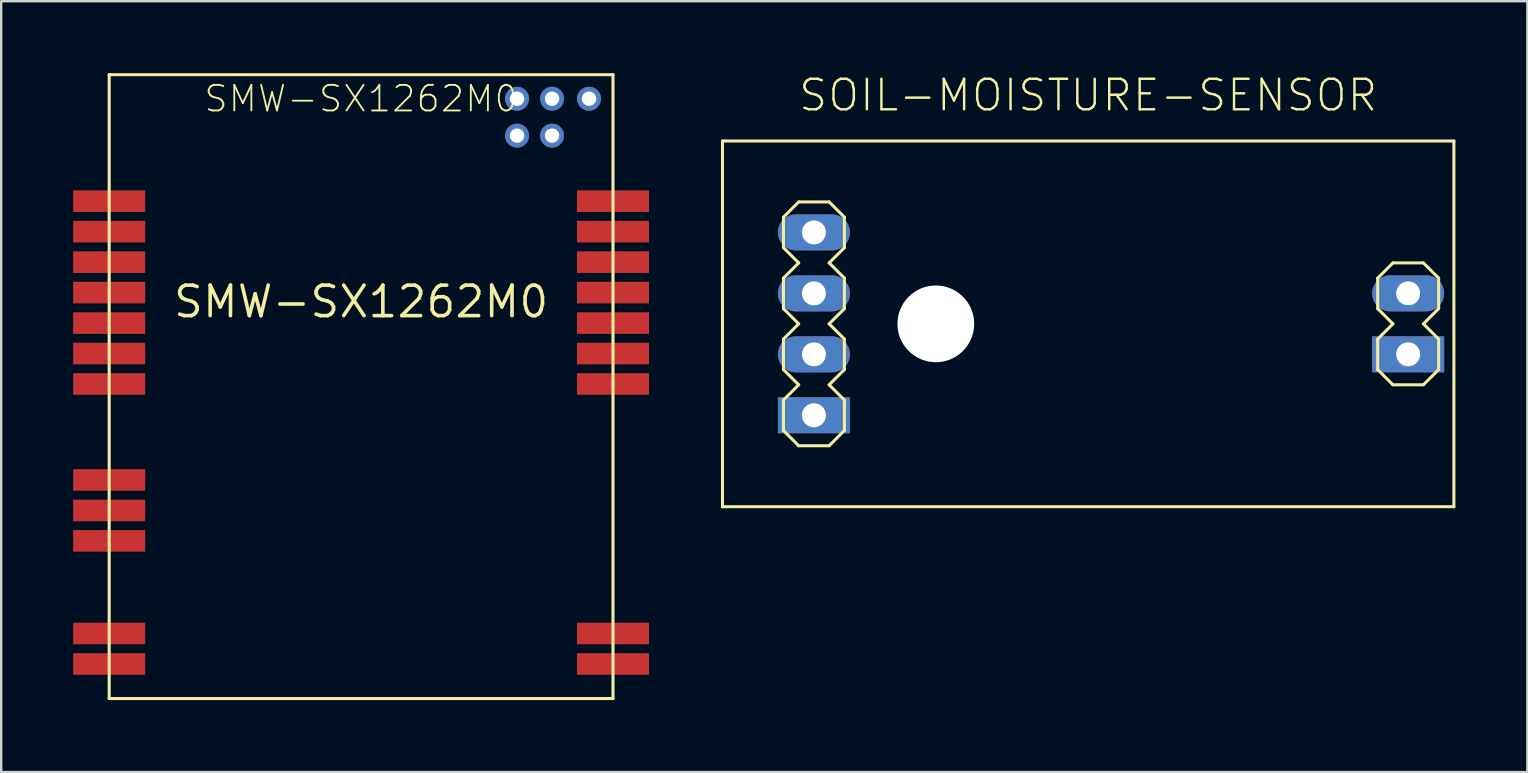
<source format=kicad_pcb>
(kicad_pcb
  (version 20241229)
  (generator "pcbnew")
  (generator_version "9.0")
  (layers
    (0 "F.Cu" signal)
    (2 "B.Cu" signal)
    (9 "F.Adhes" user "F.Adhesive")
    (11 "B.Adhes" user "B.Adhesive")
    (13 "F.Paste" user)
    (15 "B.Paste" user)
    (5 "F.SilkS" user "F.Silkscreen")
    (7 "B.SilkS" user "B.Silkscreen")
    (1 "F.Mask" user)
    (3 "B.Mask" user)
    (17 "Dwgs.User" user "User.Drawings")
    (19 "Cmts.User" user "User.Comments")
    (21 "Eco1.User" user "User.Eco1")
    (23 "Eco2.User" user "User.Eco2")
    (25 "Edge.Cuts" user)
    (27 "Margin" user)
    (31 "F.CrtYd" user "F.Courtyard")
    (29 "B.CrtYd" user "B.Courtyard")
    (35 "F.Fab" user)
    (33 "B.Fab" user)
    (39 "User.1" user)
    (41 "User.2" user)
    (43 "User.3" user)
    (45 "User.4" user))
  (footprint "SOIL-MOISTURE-SENSOR"
    (layer "F.Cu")
    (at 42.299 10.446)
    (property "Reference" "SOIL-MOISTURE-SENSOR" (at 0 -9.525 0) (layer "F.SilkS") (effects (font (size 1.27 1.27) (thickness 0.102))))
    (attr exclude_from_pos_files exclude_from_bom)
    (fp_line (start -15.24 -7.62) (end 15.24 -7.62) (stroke (width 0.127) (type solid)) (layer "F.SilkS"))
    (fp_line (start -15.24 7.62) (end -15.24 -7.62) (stroke (width 0.127) (type solid)) (layer "F.SilkS"))
    (fp_line (start -12.7 -4.445) (end -12.065 -5.08) (stroke (width 0.127) (type solid)) (layer "F.SilkS"))
    (fp_line (start -12.7 -3.175) (end -12.7 -4.445) (stroke (width 0.127) (type solid)) (layer "F.SilkS"))
    (fp_line (start -12.7 -1.905) (end -12.065 -2.54) (stroke (width 0.127) (type solid)) (layer "F.SilkS"))
    (fp_line (start -12.7 -0.635) (end -12.7 -1.905) (stroke (width 0.127) (type solid)) (layer "F.SilkS"))
    (fp_line (start -12.7 0.635) (end -12.065 0) (stroke (width 0.127) (type solid)) (layer "F.SilkS"))
    (fp_line (start -12.7 1.905) (end -12.7 0.635) (stroke (width 0.127) (type solid)) (layer "F.SilkS"))
    (fp_line (start -12.7 3.175) (end -12.065 2.54) (stroke (width 0.127) (type solid)) (layer "F.SilkS"))
    (fp_line (start -12.7 4.445) (end -12.7 3.175) (stroke (width 0.127) (type solid)) (layer "F.SilkS"))
    (fp_line (start -12.065 -5.08) (end -10.795 -5.08) (stroke (width 0.127) (type solid)) (layer "F.SilkS"))
    (fp_line (start -12.065 -2.54) (end -12.7 -3.175) (stroke (width 0.127) (type solid)) (layer "F.SilkS"))
    (fp_line (start -12.065 0) (end -12.7 -0.635) (stroke (width 0.127) (type solid)) (layer "F.SilkS"))
    (fp_line (start -12.065 2.54) (end -12.7 1.905) (stroke (width 0.127) (type solid)) (layer "F.SilkS"))
    (fp_line (start -12.065 5.08) (end -12.7 4.445) (stroke (width 0.127) (type solid)) (layer "F.SilkS"))
    (fp_line (start -10.795 -5.08) (end -10.16 -4.445) (stroke (width 0.127) (type solid)) (layer "F.SilkS"))
    (fp_line (start -10.795 -2.54) (end -10.16 -1.905) (stroke (width 0.127) (type solid)) (layer "F.SilkS"))
    (fp_line (start -10.795 0) (end -10.16 0.635) (stroke (width 0.127) (type solid)) (layer "F.SilkS"))
    (fp_line (start -10.795 2.54) (end -10.16 3.175) (stroke (width 0.127) (type solid)) (layer "F.SilkS"))
    (fp_line (start -10.795 5.08) (end -12.065 5.08) (stroke (width 0.127) (type solid)) (layer "F.SilkS"))
    (fp_line (start -10.16 -4.445) (end -10.16 -3.175) (stroke (width 0.127) (type solid)) (layer "F.SilkS"))
    (fp_line (start -10.16 -3.175) (end -10.795 -2.54) (stroke (width 0.127) (type solid)) (layer "F.SilkS"))
    (fp_line (start -10.16 -1.905) (end -10.16 -0.635) (stroke (width 0.127) (type solid)) (layer "F.SilkS"))
    (fp_line (start -10.16 -0.635) (end -10.795 0) (stroke (width 0.127) (type solid)) (layer "F.SilkS"))
    (fp_line (start -10.16 0.635) (end -10.16 1.905) (stroke (width 0.127) (type solid)) (layer "F.SilkS"))
    (fp_line (start -10.16 1.905) (end -10.795 2.54) (stroke (width 0.127) (type solid)) (layer "F.SilkS"))
    (fp_line (start -10.16 3.175) (end -10.16 4.445) (stroke (width 0.127) (type solid)) (layer "F.SilkS"))
    (fp_line (start -10.16 4.445) (end -10.795 5.08) (stroke (width 0.127) (type solid)) (layer "F.SilkS"))
    (fp_line (start 12.065 -1.905) (end 12.7 -2.54) (stroke (width 0.127) (type solid)) (layer "F.SilkS"))
    (fp_line (start 12.065 -0.635) (end 12.065 -1.905) (stroke (width 0.127) (type solid)) (layer "F.SilkS"))
    (fp_line (start 12.065 0.635) (end 12.7 0) (stroke (width 0.127) (type solid)) (layer "F.SilkS"))
    (fp_line (start 12.065 1.905) (end 12.065 0.635) (stroke (width 0.127) (type solid)) (layer "F.SilkS"))
    (fp_line (start 12.7 -2.54) (end 13.97 -2.54) (stroke (width 0.127) (type solid)) (layer "F.SilkS"))
    (fp_line (start 12.7 0) (end 12.065 -0.635) (stroke (width 0.127) (type solid)) (layer "F.SilkS"))
    (fp_line (start 12.7 2.54) (end 12.065 1.905) (stroke (width 0.127) (type solid)) (layer "F.SilkS"))
    (fp_line (start 13.97 -2.54) (end 14.605 -1.905) (stroke (width 0.127) (type solid)) (layer "F.SilkS"))
    (fp_line (start 13.97 0) (end 14.605 0.635) (stroke (width 0.127) (type solid)) (layer "F.SilkS"))
    (fp_line (start 13.97 2.54) (end 12.7 2.54) (stroke (width 0.127) (type solid)) (layer "F.SilkS"))
    (fp_line (start 14.605 -1.905) (end 14.605 -0.635) (stroke (width 0.127) (type solid)) (layer "F.SilkS"))
    (fp_line (start 14.605 -0.635) (end 13.97 0) (stroke (width 0.127) (type solid)) (layer "F.SilkS"))
    (fp_line (start 14.605 0.635) (end 14.605 1.905) (stroke (width 0.127) (type solid)) (layer "F.SilkS"))
    (fp_line (start 14.605 1.905) (end 13.97 2.54) (stroke (width 0.127) (type solid)) (layer "F.SilkS"))
    (fp_line (start 15.24 -7.62) (end 15.24 7.62) (stroke (width 0.127) (type solid)) (layer "F.SilkS"))
    (fp_line (start 15.24 7.62) (end -15.24 7.62) (stroke (width 0.127) (type solid)) (layer "F.SilkS"))
    (pad "" np_thru_hole circle (at -6.35 0) (size 3.198 3.198) (drill 3.198) (layers "*.Cu" "*.Mask"))
    (pad "J1.1" thru_hole rect (at -11.43 3.81) (size 3 1.5) (drill 1) (layers "*.Cu" "*.Mask"))
    (pad "J1.2" thru_hole oval (at -11.43 1.27) (size 3 1.5) (drill 1) (layers "*.Cu" "*.Mask"))
    (pad "J1.3" thru_hole oval (at -11.43 -1.27) (size 3 1.5) (drill 1) (layers "*.Cu" "*.Mask"))
    (pad "J1.4" thru_hole oval (at -11.43 -3.81) (size 3 1.5) (drill 1) (layers "*.Cu" "*.Mask"))
    (pad "J2.1" thru_hole rect (at 13.335 1.27) (size 3 1.5) (drill 1) (layers "*.Cu" "*.Mask"))
    (pad "J2.2" thru_hole oval (at 13.335 -1.27) (size 3 1.5) (drill 1) (layers "*.Cu" "*.Mask")))
  (footprint "SMW-SX1262M0"
    (layer "F.Cu")
    (at 11.998 12.062)
    (property "Reference" "SMW-SX1262M0" (at 0 -2.54 0) (layer "F.SilkS") (effects (font (size 1.27 1.27) (thickness 0.15))))
    (attr smd)
    (fp_line (start -10.498 13.998) (end -10.498 -11.999) (stroke (width 0.127) (type solid)) (layer "F.SilkS"))
    (fp_line (start -10.498 13.998) (end 10.498 13.998) (stroke (width 0.127) (type solid)) (layer "F.SilkS"))
    (fp_line (start 10.498 -11.999) (end -10.498 -11.999) (stroke (width 0.127) (type solid)) (layer "F.SilkS"))
    (fp_line (start 10.498 13.998) (end 10.498 -11.999) (stroke (width 0.127) (type solid)) (layer "F.SilkS"))
    (fp_text user "SMW-SX1262M0" (at 0 -10.998 0) (layer "F.SilkS") (effects (font (size 1.067 1.067) (thickness 0.076))))
    (pad "3V31" smd rect (at 10.498 0.889 180) (size 3 0.899) (layers "F.Cu" "F.Mask" "F.Paste"))
    (pad "3V32" smd rect (at 10.498 -0.378 180) (size 3 0.899) (layers "F.Cu" "F.Mask" "F.Paste"))
    (pad "3V33" thru_hole circle (at 6.5 -10.998 180) (size 0.998 0.998) (drill 0.599) (layers "*.Cu" "*.Paste" "*.Mask"))
    (pad "GND1" smd rect (at -10.498 -4.188) (size 3 0.899) (layers "F.Cu" "F.Mask" "F.Paste"))
    (pad "GND2" smd rect (at -10.498 0.889) (size 3 0.899) (layers "F.Cu" "F.Mask" "F.Paste"))
    (pad "GND3" smd rect (at -10.498 4.889) (size 3 0.899) (layers "F.Cu" "F.Mask" "F.Paste"))
    (pad "GND4" smd rect (at -10.498 7.429) (size 3 0.899) (layers "F.Cu" "F.Mask" "F.Paste"))
    (pad "GND5" smd rect (at -10.498 11.288) (size 3 0.899) (layers "F.Cu" "F.Mask" "F.Paste"))
    (pad "GND6" smd rect (at -10.498 12.558) (size 3 0.899) (layers "F.Cu" "F.Mask" "F.Paste"))
    (pad "GND7" smd rect (at 10.498 12.558 180) (size 3 0.899) (layers "F.Cu" "F.Mask" "F.Paste"))
    (pad "GND8" smd rect (at 10.498 11.288 180) (size 3 0.899) (layers "F.Cu" "F.Mask" "F.Paste"))
    (pad "GND9" smd rect (at 10.498 -1.648 180) (size 3 0.899) (layers "F.Cu" "F.Mask" "F.Paste"))
    (pad "GND10" smd rect (at 10.498 -6.728 180) (size 3 0.899) (layers "F.Cu" "F.Mask" "F.Paste"))
    (pad "GND11" thru_hole circle (at 7.958 -9.459 180) (size 0.998 0.998) (drill 0.599) (layers "*.Cu" "*.Paste" "*.Mask"))
    (pad "IO1" smd rect (at -10.498 -2.918) (size 3 0.899) (layers "F.Cu" "F.Mask" "F.Paste"))
    (pad "IO2" smd rect (at -10.498 -1.648) (size 3 0.899) (layers "F.Cu" "F.Mask" "F.Paste"))
    (pad "IO3" smd rect (at -10.498 -0.378) (size 3 0.899) (layers "F.Cu" "F.Mask" "F.Paste"))
    (pad "IO4" smd rect (at 10.498 -2.918 180) (size 3 0.899) (layers "F.Cu" "F.Mask" "F.Paste"))
    (pad "IO5" smd rect (at 10.498 -4.188 180) (size 3 0.899) (layers "F.Cu" "F.Mask" "F.Paste"))
    (pad "IO6" smd rect (at 10.498 -5.458 180) (size 3 0.899) (layers "F.Cu" "F.Mask" "F.Paste"))
    (pad "NRST" thru_hole circle (at 6.5 -9.459 180) (size 0.998 0.998) (drill 0.599) (layers "*.Cu" "*.Paste" "*.Mask"))
    (pad "RF-OUT" smd rect (at -10.498 6.16) (size 3 0.899) (layers "F.Cu" "F.Mask" "F.Paste"))
    (pad "RX" smd rect (at -10.498 -6.728) (size 3 0.899) (layers "F.Cu" "F.Mask" "F.Paste"))
    (pad "TCK" thru_hole circle (at 7.958 -10.998) (size 0.998 0.998) (drill 0.599) (layers "*.Cu" "*.Paste" "*.Mask"))
    (pad "TMS" thru_hole circle (at 9.5 -10.998) (size 0.998 0.998) (drill 0.599) (layers "*.Cu" "*.Paste" "*.Mask"))
    (pad "TX" smd rect (at -10.498 -5.458) (size 3 0.899) (layers "F.Cu" "F.Mask" "F.Paste")))
  (gr_rect
    (start -3 -3)
    (end 60.602 29.124)
    (stroke (width 0.1) (type default))
    (fill no)
    (layer "Edge.Cuts")))
</source>
